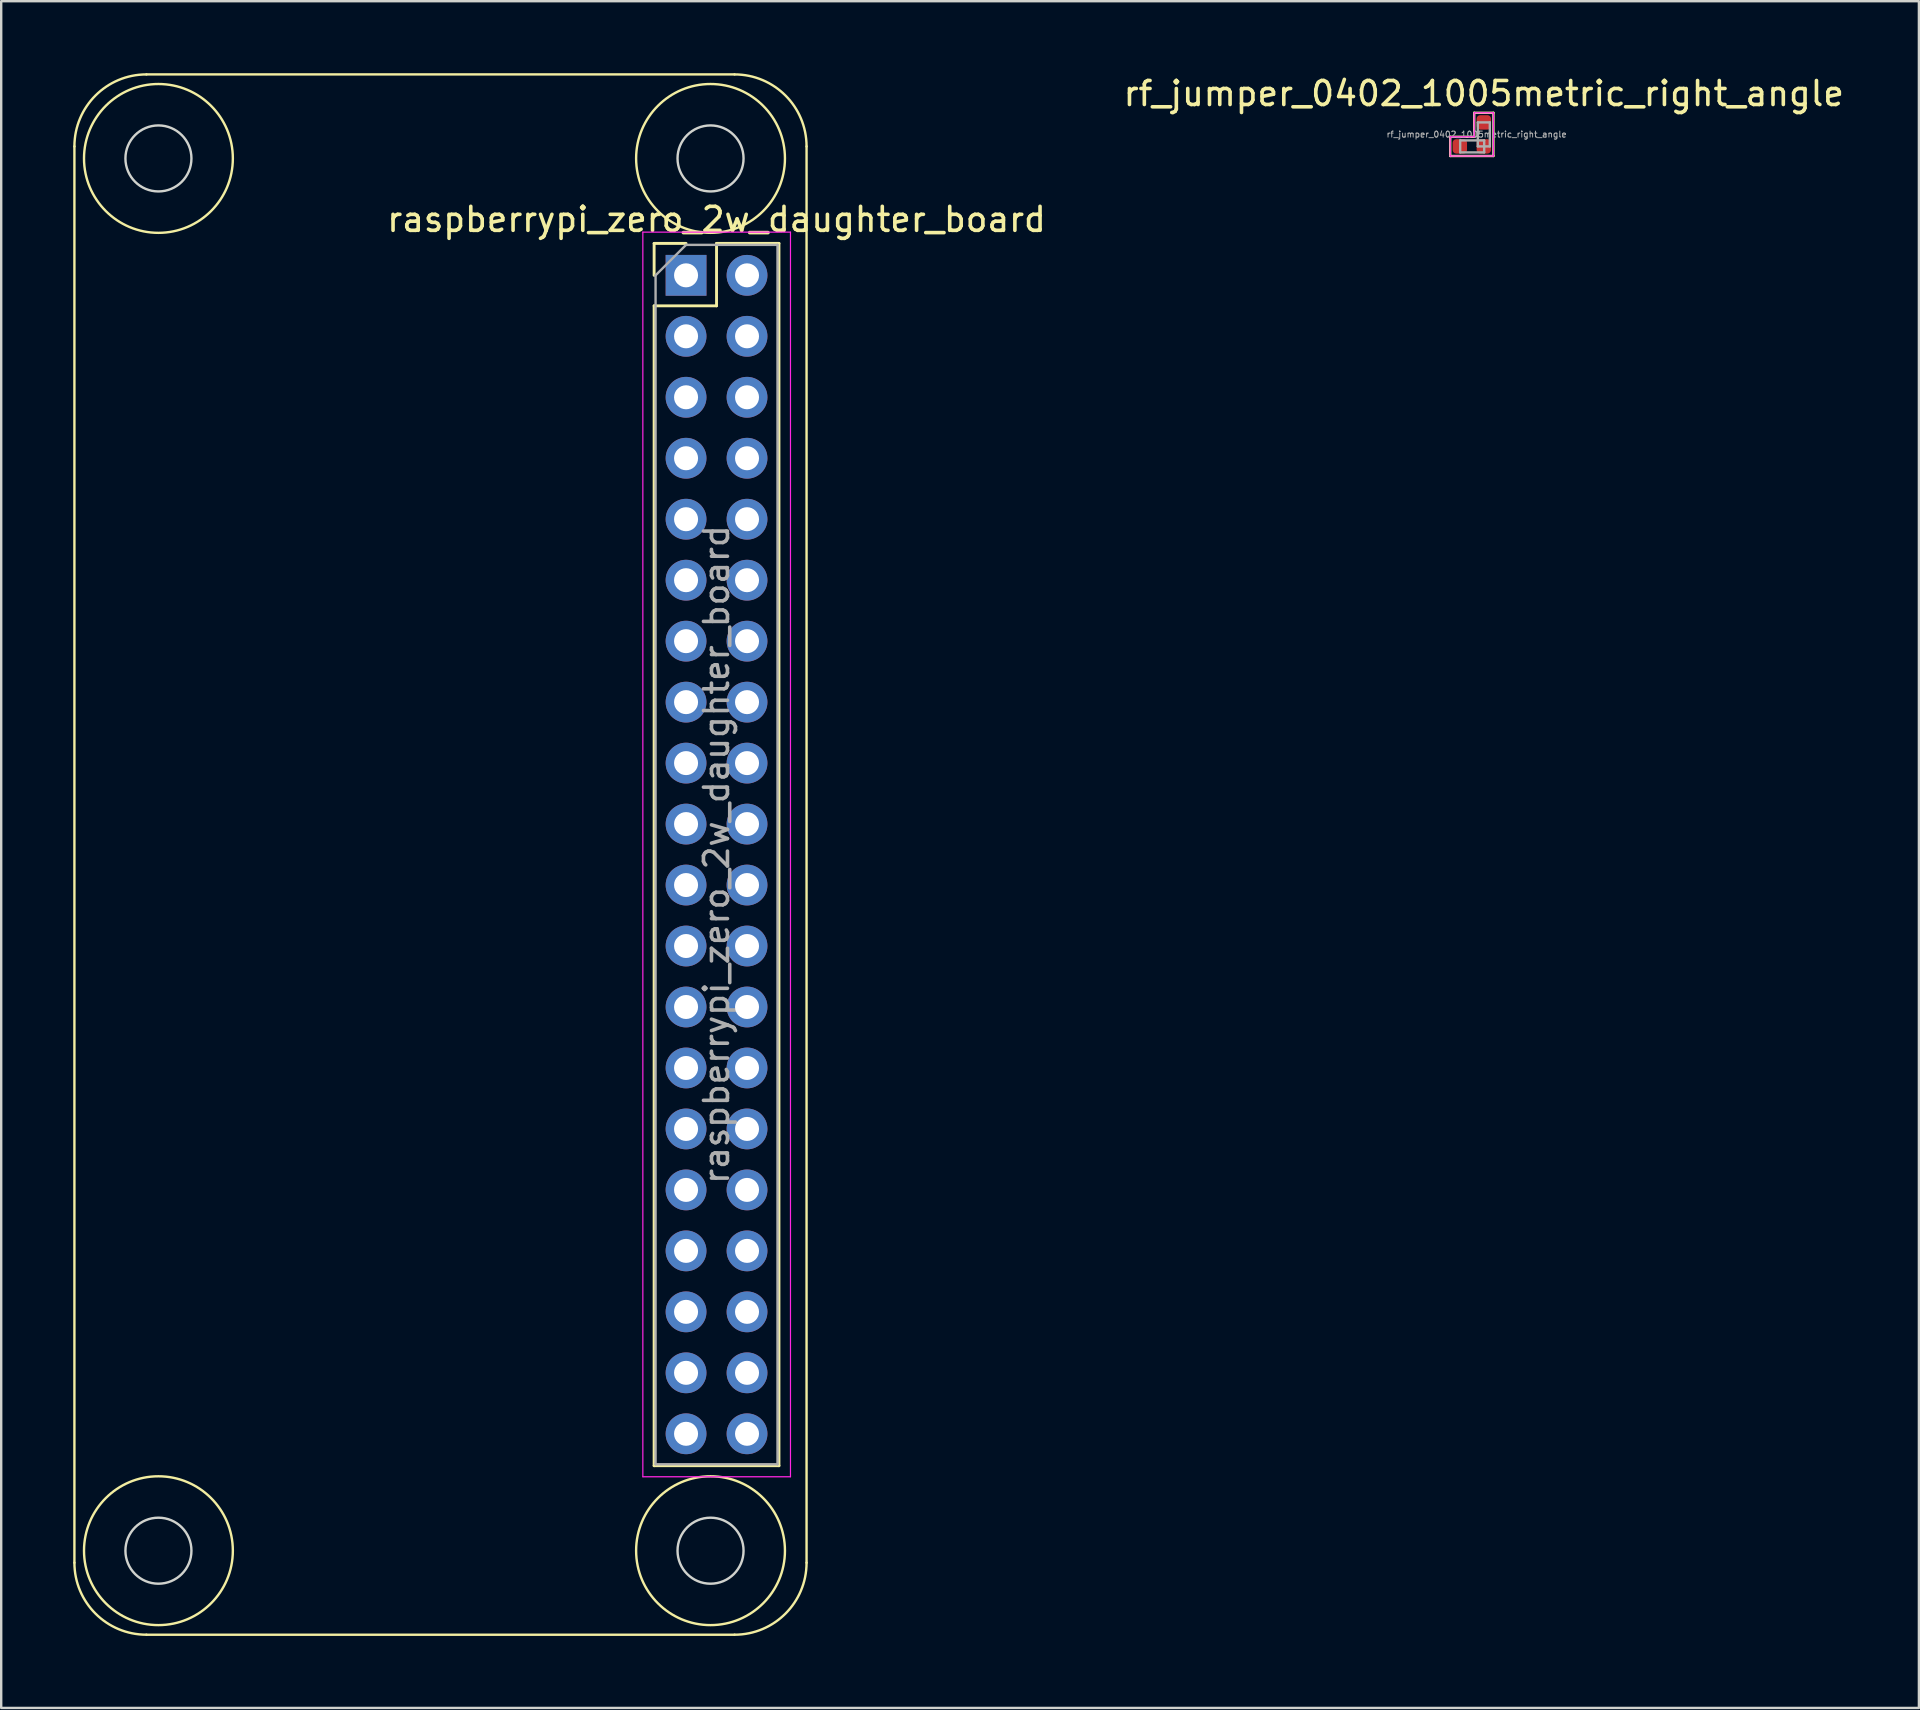
<source format=kicad_pcb>
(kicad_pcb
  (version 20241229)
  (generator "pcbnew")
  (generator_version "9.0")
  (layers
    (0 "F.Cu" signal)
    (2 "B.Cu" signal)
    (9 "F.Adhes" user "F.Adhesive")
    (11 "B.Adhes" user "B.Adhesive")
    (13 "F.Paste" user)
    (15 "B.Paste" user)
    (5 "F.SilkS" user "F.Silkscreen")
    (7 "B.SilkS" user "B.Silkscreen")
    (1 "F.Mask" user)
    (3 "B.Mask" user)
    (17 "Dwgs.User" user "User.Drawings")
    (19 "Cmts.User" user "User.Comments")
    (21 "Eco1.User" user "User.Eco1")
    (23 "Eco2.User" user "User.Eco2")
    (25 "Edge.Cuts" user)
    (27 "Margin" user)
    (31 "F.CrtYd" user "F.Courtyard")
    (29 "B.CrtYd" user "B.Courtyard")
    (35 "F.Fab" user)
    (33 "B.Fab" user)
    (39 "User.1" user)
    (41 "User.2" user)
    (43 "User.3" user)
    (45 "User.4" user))
  (footprint "rf_jumper_0402_1005metric_right_angle"
    (layer "F.Cu")
    (at 58.764 3.048)
    (property "Reference" "rf_jumper_0402_1005metric_right_angle" (at 0 -2.2 0) (layer "F.SilkS") (effects (font (size 1 1) (thickness 0.15))))
    (attr smd)
    (fp_line (start -1.4 -0.4) (end -0.4 -0.4) (stroke (width 0.1) (type default)) (layer "F.SilkS"))
    (fp_line (start -1.4 0.4) (end -1.4 -0.4) (stroke (width 0.1) (type default)) (layer "F.SilkS"))
    (fp_line (start -0.4 -1.4) (end 0.4 -1.4) (stroke (width 0.1) (type default)) (layer "F.SilkS"))
    (fp_line (start -0.4 -0.4) (end -0.4 -1.4) (stroke (width 0.1) (type default)) (layer "F.SilkS"))
    (fp_line (start 0.4 -1.4) (end 0.4 0.4) (stroke (width 0.1) (type default)) (layer "F.SilkS"))
    (fp_line (start 0.4 0.4) (end -1.4 0.4) (stroke (width 0.1) (type default)) (layer "F.SilkS"))
    (fp_line (start -1.4 -0.4) (end -0.4 -0.4) (stroke (width 0.05) (type solid)) (layer "F.CrtYd"))
    (fp_line (start -1.4 0.4) (end -1.4 -0.4) (stroke (width 0.05) (type solid)) (layer "F.CrtYd"))
    (fp_line (start -0.4 -1.4) (end 0.4 -1.4) (stroke (width 0.05) (type solid)) (layer "F.CrtYd"))
    (fp_line (start -0.4 -0.4) (end -0.4 -1.4) (stroke (width 0.05) (type solid)) (layer "F.CrtYd"))
    (fp_line (start 0.4 -1.4) (end 0.4 0.4) (stroke (width 0.05) (type solid)) (layer "F.CrtYd"))
    (fp_line (start 0.4 0.4) (end -1.4 0.4) (stroke (width 0.05) (type solid)) (layer "F.CrtYd"))
    (fp_line (start -0.985 -0.25) (end 0.015 -0.25) (stroke (width 0.1) (type solid)) (layer "F.Fab"))
    (fp_line (start -0.985 0.25) (end -0.985 -0.25) (stroke (width 0.1) (type solid)) (layer "F.Fab"))
    (fp_line (start -0.25 -1) (end 0.25 -1) (stroke (width 0.1) (type solid)) (layer "F.Fab"))
    (fp_line (start -0.25 0) (end -0.25 -1) (stroke (width 0.1) (type solid)) (layer "F.Fab"))
    (fp_line (start 0.015 -0.25) (end 0.015 0.25) (stroke (width 0.1) (type solid)) (layer "F.Fab"))
    (fp_line (start 0.015 0.25) (end -0.985 0.25) (stroke (width 0.1) (type solid)) (layer "F.Fab"))
    (fp_line (start 0.25 -1) (end 0.25 0) (stroke (width 0.1) (type solid)) (layer "F.Fab"))
    (fp_line (start 0.25 0) (end -0.25 0) (stroke (width 0.1) (type solid)) (layer "F.Fab"))
    (fp_text user "${REFERENCE}" (at -0.3 -0.5 0) (layer "F.Fab") (effects (font (size 0.25 0.25) (thickness 0.04))))
    (pad "1" smd roundrect (at -1 0) (size 0.6 0.6) (layers "F.Cu" "F.Mask" "F.Paste") (roundrect_rratio 0.25))
    (pad "2" smd roundrect (at 0 0) (size 0.6 0.6) (layers "F.Cu" "F.Mask" "F.Paste") (roundrect_rratio 0.25))
    (pad "3" smd roundrect (at 0 -1) (size 0.6 0.6) (layers "F.Cu" "F.Mask" "F.Paste") (roundrect_rratio 0.25)))
  (footprint "raspberrypi_zero_2w_daughter_board"
    (layer "F.Cu")
    (at 25.53 8.42)
    (property "Reference" "raspberrypi_zero_2w_daughter_board" (at 1.27 -2.33 0) (layer "F.SilkS") (effects (font (size 1 1) (thickness 0.15))))
    (attr through_hole)
    (fp_line (start -25.48 53.63) (end -25.48 -5.37) (stroke (width 0.1) (type default)) (layer "F.SilkS"))
    (fp_line (start -22.48 -8.37) (end 2.02 -8.37) (stroke (width 0.1) (type default)) (layer "F.SilkS"))
    (fp_line (start -1.33 -1.33) (end 0 -1.33) (stroke (width 0.12) (type solid)) (layer "F.SilkS"))
    (fp_line (start -1.33 0) (end -1.33 -1.33) (stroke (width 0.12) (type solid)) (layer "F.SilkS"))
    (fp_line (start -1.33 1.27) (end -1.33 49.59) (stroke (width 0.12) (type solid)) (layer "F.SilkS"))
    (fp_line (start -1.33 1.27) (end 1.27 1.27) (stroke (width 0.12) (type solid)) (layer "F.SilkS"))
    (fp_line (start -1.33 49.59) (end 3.87 49.59) (stroke (width 0.12) (type solid)) (layer "F.SilkS"))
    (fp_line (start 1.27 -1.33) (end 3.87 -1.33) (stroke (width 0.12) (type solid)) (layer "F.SilkS"))
    (fp_line (start 1.27 1.27) (end 1.27 -1.33) (stroke (width 0.12) (type solid)) (layer "F.SilkS"))
    (fp_line (start 2.02 56.63) (end -22.48 56.63) (stroke (width 0.1) (type default)) (layer "F.SilkS"))
    (fp_line (start 3.87 -1.33) (end 3.87 49.59) (stroke (width 0.12) (type solid)) (layer "F.SilkS"))
    (fp_line (start 5.02 -5.37) (end 5.02 53.63) (stroke (width 0.1) (type default)) (layer "F.SilkS"))
    (fp_arc (start -25.48 -5.37) (mid -24.60132 -7.49132) (end -22.48 -8.37) (stroke (width 0.1) (type default)) (layer "F.SilkS"))
    (fp_arc (start -22.48 56.63) (mid -24.60132 55.75132) (end -25.48 53.63) (stroke (width 0.1) (type default)) (layer "F.SilkS"))
    (fp_arc (start 2.02 -8.37) (mid 4.14132 -7.49132) (end 5.02 -5.37) (stroke (width 0.1) (type default)) (layer "F.SilkS"))
    (fp_arc (start 5.02 53.63) (mid 4.14132 55.75132) (end 2.02 56.63) (stroke (width 0.1) (type default)) (layer "F.SilkS"))
    (fp_circle (center -21.98 -4.87) (end -18.88 -4.87) (stroke (width 0.1) (type solid)) (fill no) (layer "F.SilkS"))
    (fp_circle (center -21.98 53.13) (end -18.88 53.13) (stroke (width 0.1) (type solid)) (fill no) (layer "F.SilkS"))
    (fp_circle (center 1.02 -4.87) (end 4.12 -4.87) (stroke (width 0.1) (type solid)) (fill no) (layer "F.SilkS"))
    (fp_circle (center 1.02 53.13) (end 4.12 53.13) (stroke (width 0.1) (type solid)) (fill no) (layer "F.SilkS"))
    (fp_circle (center -21.98 -4.87) (end -20.605 -4.87) (stroke (width 0.1) (type solid)) (fill no) (layer "Edge.Cuts"))
    (fp_circle (center -21.98 53.13) (end -20.605 53.13) (stroke (width 0.1) (type solid)) (fill no) (layer "Edge.Cuts"))
    (fp_circle (center 1.02 -4.87) (end 2.395 -4.87) (stroke (width 0.1) (type solid)) (fill no) (layer "Edge.Cuts"))
    (fp_circle (center 1.02 53.13) (end 2.395 53.13) (stroke (width 0.1) (type solid)) (fill no) (layer "Edge.Cuts"))
    (fp_line (start -1.8 -1.8) (end -1.8 50.05) (stroke (width 0.05) (type solid)) (layer "F.CrtYd"))
    (fp_line (start -1.8 50.05) (end 4.35 50.05) (stroke (width 0.05) (type solid)) (layer "F.CrtYd"))
    (fp_line (start 4.35 -1.8) (end -1.8 -1.8) (stroke (width 0.05) (type solid)) (layer "F.CrtYd"))
    (fp_line (start 4.35 50.05) (end 4.35 -1.8) (stroke (width 0.05) (type solid)) (layer "F.CrtYd"))
    (fp_line (start -1.27 0) (end 0 -1.27) (stroke (width 0.1) (type solid)) (layer "F.Fab"))
    (fp_line (start -1.27 49.53) (end -1.27 0) (stroke (width 0.1) (type solid)) (layer "F.Fab"))
    (fp_line (start 0 -1.27) (end 3.81 -1.27) (stroke (width 0.1) (type solid)) (layer "F.Fab"))
    (fp_line (start 3.81 -1.27) (end 3.81 49.53) (stroke (width 0.1) (type solid)) (layer "F.Fab"))
    (fp_line (start 3.81 49.53) (end -1.27 49.53) (stroke (width 0.1) (type solid)) (layer "F.Fab"))
    (fp_text user "${REFERENCE}" (at 1.27 24.13 90) (layer "F.Fab") (effects (font (size 1 1) (thickness 0.15))))
    (pad "1" thru_hole rect (at 0 0) (size 1.7 1.7) (drill 1) (layers "*.Cu" "*.Mask"))
    (pad "2" thru_hole oval (at 2.54 0) (size 1.7 1.7) (drill 1) (layers "*.Cu" "*.Mask"))
    (pad "3" thru_hole oval (at 0 2.54) (size 1.7 1.7) (drill 1) (layers "*.Cu" "*.Mask"))
    (pad "4" thru_hole oval (at 2.54 2.54) (size 1.7 1.7) (drill 1) (layers "*.Cu" "*.Mask"))
    (pad "5" thru_hole oval (at 0 5.08) (size 1.7 1.7) (drill 1) (layers "*.Cu" "*.Mask"))
    (pad "6" thru_hole oval (at 2.54 5.08) (size 1.7 1.7) (drill 1) (layers "*.Cu" "*.Mask"))
    (pad "7" thru_hole oval (at 0 7.62) (size 1.7 1.7) (drill 1) (layers "*.Cu" "*.Mask"))
    (pad "8" thru_hole oval (at 2.54 7.62) (size 1.7 1.7) (drill 1) (layers "*.Cu" "*.Mask"))
    (pad "9" thru_hole oval (at 0 10.16) (size 1.7 1.7) (drill 1) (layers "*.Cu" "*.Mask"))
    (pad "10" thru_hole oval (at 2.54 10.16) (size 1.7 1.7) (drill 1) (layers "*.Cu" "*.Mask"))
    (pad "11" thru_hole oval (at 0 12.7) (size 1.7 1.7) (drill 1) (layers "*.Cu" "*.Mask"))
    (pad "12" thru_hole oval (at 2.54 12.7) (size 1.7 1.7) (drill 1) (layers "*.Cu" "*.Mask"))
    (pad "13" thru_hole oval (at 0 15.24) (size 1.7 1.7) (drill 1) (layers "*.Cu" "*.Mask"))
    (pad "14" thru_hole oval (at 2.54 15.24) (size 1.7 1.7) (drill 1) (layers "*.Cu" "*.Mask"))
    (pad "15" thru_hole oval (at 0 17.78) (size 1.7 1.7) (drill 1) (layers "*.Cu" "*.Mask"))
    (pad "16" thru_hole oval (at 2.54 17.78) (size 1.7 1.7) (drill 1) (layers "*.Cu" "*.Mask"))
    (pad "17" thru_hole oval (at 0 20.32) (size 1.7 1.7) (drill 1) (layers "*.Cu" "*.Mask"))
    (pad "18" thru_hole oval (at 2.54 20.32) (size 1.7 1.7) (drill 1) (layers "*.Cu" "*.Mask"))
    (pad "19" thru_hole oval (at 0 22.86) (size 1.7 1.7) (drill 1) (layers "*.Cu" "*.Mask"))
    (pad "20" thru_hole oval (at 2.54 22.86) (size 1.7 1.7) (drill 1) (layers "*.Cu" "*.Mask"))
    (pad "21" thru_hole oval (at 0 25.4) (size 1.7 1.7) (drill 1) (layers "*.Cu" "*.Mask"))
    (pad "22" thru_hole oval (at 2.54 25.4) (size 1.7 1.7) (drill 1) (layers "*.Cu" "*.Mask"))
    (pad "23" thru_hole oval (at 0 27.94) (size 1.7 1.7) (drill 1) (layers "*.Cu" "*.Mask"))
    (pad "24" thru_hole oval (at 2.54 27.94) (size 1.7 1.7) (drill 1) (layers "*.Cu" "*.Mask"))
    (pad "25" thru_hole oval (at 0 30.48) (size 1.7 1.7) (drill 1) (layers "*.Cu" "*.Mask"))
    (pad "26" thru_hole oval (at 2.54 30.48) (size 1.7 1.7) (drill 1) (layers "*.Cu" "*.Mask"))
    (pad "27" thru_hole oval (at 0 33.02) (size 1.7 1.7) (drill 1) (layers "*.Cu" "*.Mask"))
    (pad "28" thru_hole oval (at 2.54 33.02) (size 1.7 1.7) (drill 1) (layers "*.Cu" "*.Mask"))
    (pad "29" thru_hole oval (at 0 35.56) (size 1.7 1.7) (drill 1) (layers "*.Cu" "*.Mask"))
    (pad "30" thru_hole oval (at 2.54 35.56) (size 1.7 1.7) (drill 1) (layers "*.Cu" "*.Mask"))
    (pad "31" thru_hole oval (at 0 38.1) (size 1.7 1.7) (drill 1) (layers "*.Cu" "*.Mask"))
    (pad "32" thru_hole oval (at 2.54 38.1) (size 1.7 1.7) (drill 1) (layers "*.Cu" "*.Mask"))
    (pad "33" thru_hole oval (at 0 40.64) (size 1.7 1.7) (drill 1) (layers "*.Cu" "*.Mask"))
    (pad "34" thru_hole oval (at 2.54 40.64) (size 1.7 1.7) (drill 1) (layers "*.Cu" "*.Mask"))
    (pad "35" thru_hole oval (at 0 43.18) (size 1.7 1.7) (drill 1) (layers "*.Cu" "*.Mask"))
    (pad "36" thru_hole oval (at 2.54 43.18) (size 1.7 1.7) (drill 1) (layers "*.Cu" "*.Mask"))
    (pad "37" thru_hole oval (at 0 45.72) (size 1.7 1.7) (drill 1) (layers "*.Cu" "*.Mask"))
    (pad "38" thru_hole oval (at 2.54 45.72) (size 1.7 1.7) (drill 1) (layers "*.Cu" "*.Mask"))
    (pad "39" thru_hole oval (at 0 48.26) (size 1.7 1.7) (drill 1) (layers "*.Cu" "*.Mask"))
    (pad "40" thru_hole oval (at 2.54 48.26) (size 1.7 1.7) (drill 1) (layers "*.Cu" "*.Mask")))
  (gr_rect
    (start -3 -3)
    (end 76.889 68.1)
    (stroke (width 0.1) (type default))
    (fill no)
    (layer "Edge.Cuts")))
</source>
